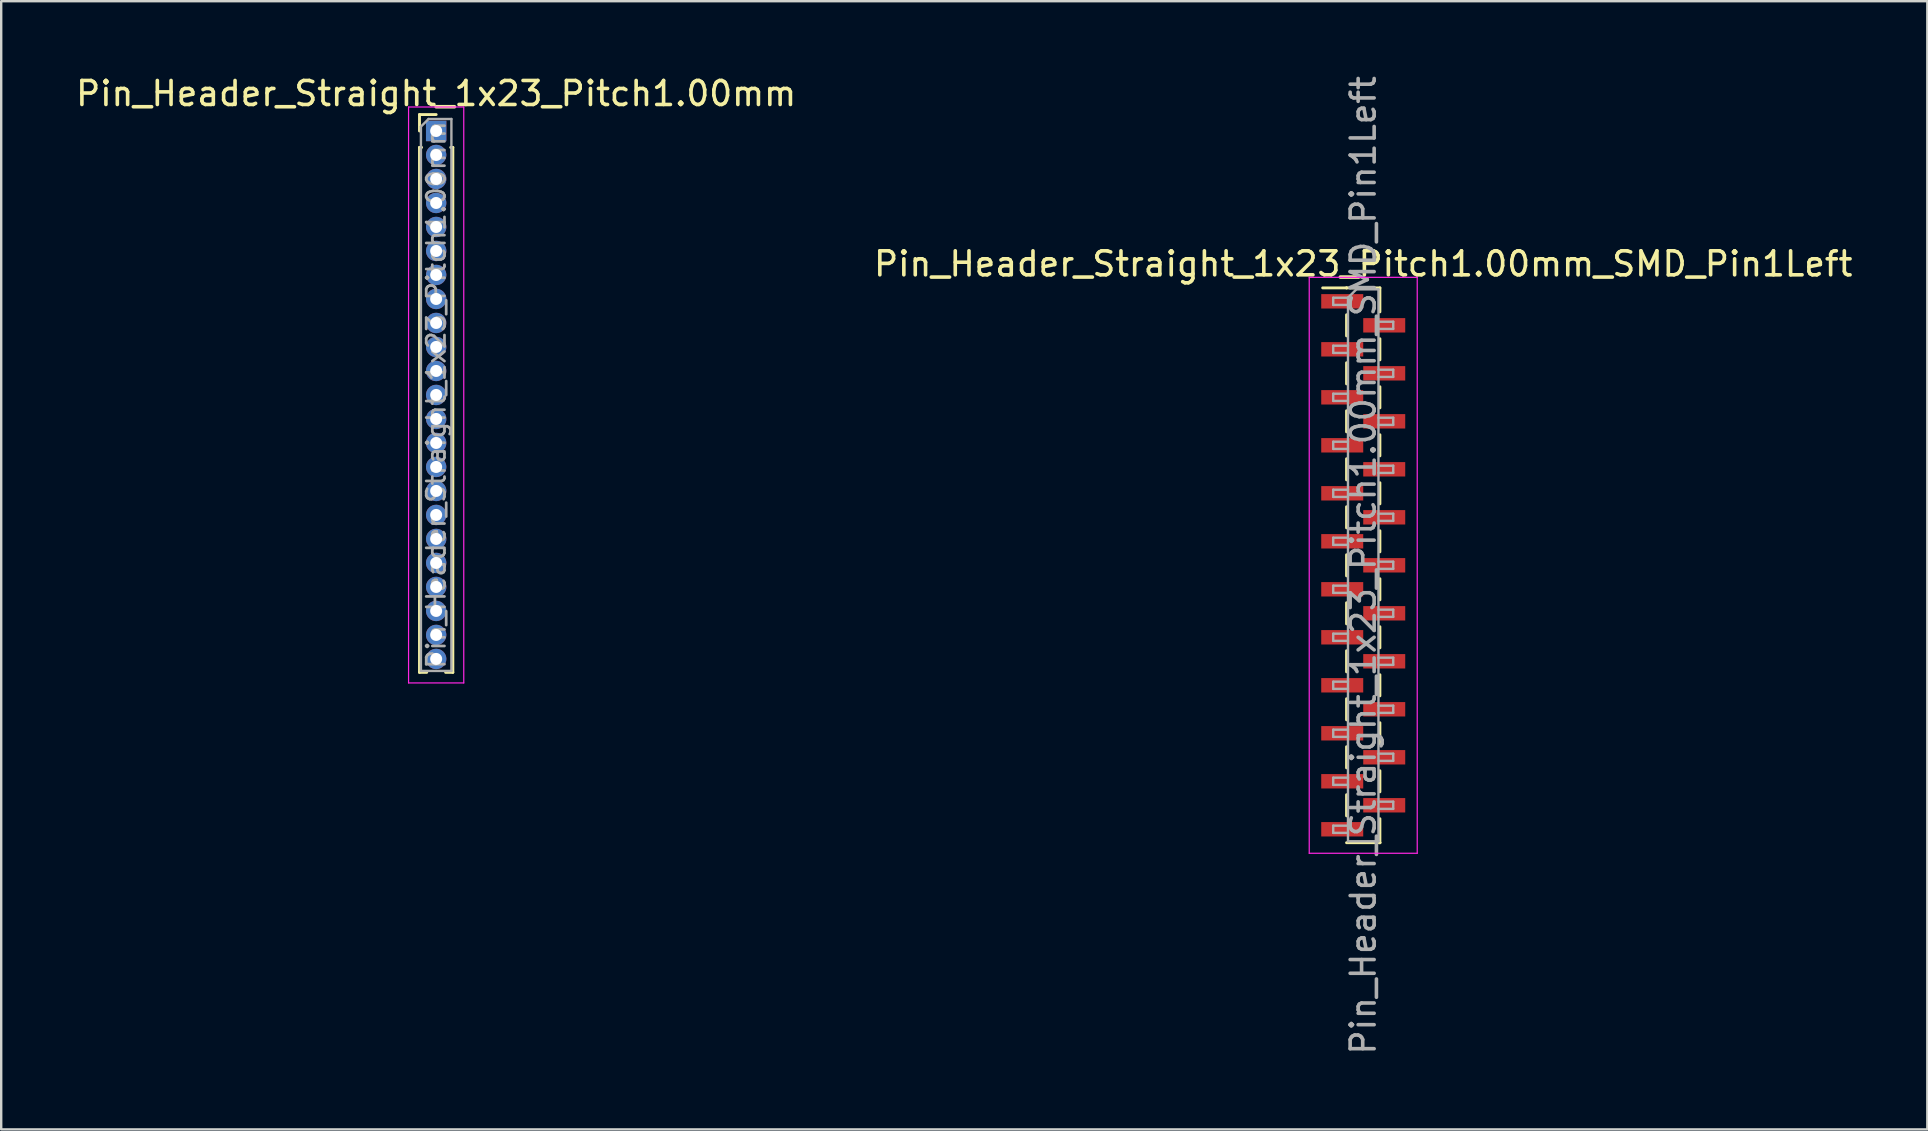
<source format=kicad_pcb>
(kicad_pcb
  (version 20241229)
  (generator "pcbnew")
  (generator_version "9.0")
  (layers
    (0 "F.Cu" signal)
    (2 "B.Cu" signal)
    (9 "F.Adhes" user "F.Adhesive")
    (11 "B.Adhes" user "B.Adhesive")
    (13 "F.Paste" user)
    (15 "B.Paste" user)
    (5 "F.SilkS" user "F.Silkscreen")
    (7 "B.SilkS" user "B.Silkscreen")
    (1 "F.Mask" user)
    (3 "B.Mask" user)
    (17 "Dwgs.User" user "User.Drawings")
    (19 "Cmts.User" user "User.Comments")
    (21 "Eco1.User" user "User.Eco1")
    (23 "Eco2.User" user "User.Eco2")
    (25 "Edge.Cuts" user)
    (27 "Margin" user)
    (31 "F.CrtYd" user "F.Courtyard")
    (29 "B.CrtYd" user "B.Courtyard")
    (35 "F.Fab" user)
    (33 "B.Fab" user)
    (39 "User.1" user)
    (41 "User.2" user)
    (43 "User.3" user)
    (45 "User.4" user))
  (footprint "Pin_Header_Straight_1x23_Pitch1.00mm_SMD_Pin1Left"
    (layer "F.Cu")
    (at 53.756 20.506)
    (property "Reference" "Pin_Header_Straight_1x23_Pitch1.00mm_SMD_Pin1Left" (at 0 -12.56 0) (layer "F.SilkS") (effects (font (size 1 1) (thickness 0.15))))
    (attr smd)
    (fp_line (start -0.695 -11.56) (end -1.69 -11.56) (stroke (width 0.12) (type solid)) (layer "F.SilkS"))
    (fp_line (start -0.695 -11.56) (end -0.695 -11.56) (stroke (width 0.12) (type solid)) (layer "F.SilkS"))
    (fp_line (start -0.695 -11.56) (end 0.695 -11.56) (stroke (width 0.12) (type solid)) (layer "F.SilkS"))
    (fp_line (start -0.695 -10.44) (end -0.695 -9.56) (stroke (width 0.12) (type solid)) (layer "F.SilkS"))
    (fp_line (start -0.695 -8.44) (end -0.695 -7.56) (stroke (width 0.12) (type solid)) (layer "F.SilkS"))
    (fp_line (start -0.695 -6.44) (end -0.695 -5.56) (stroke (width 0.12) (type solid)) (layer "F.SilkS"))
    (fp_line (start -0.695 -4.44) (end -0.695 -3.56) (stroke (width 0.12) (type solid)) (layer "F.SilkS"))
    (fp_line (start -0.695 -2.44) (end -0.695 -1.56) (stroke (width 0.12) (type solid)) (layer "F.SilkS"))
    (fp_line (start -0.695 -0.44) (end -0.695 0.44) (stroke (width 0.12) (type solid)) (layer "F.SilkS"))
    (fp_line (start -0.695 1.56) (end -0.695 2.44) (stroke (width 0.12) (type solid)) (layer "F.SilkS"))
    (fp_line (start -0.695 3.56) (end -0.695 4.44) (stroke (width 0.12) (type solid)) (layer "F.SilkS"))
    (fp_line (start -0.695 5.56) (end -0.695 6.44) (stroke (width 0.12) (type solid)) (layer "F.SilkS"))
    (fp_line (start -0.695 7.56) (end -0.695 8.44) (stroke (width 0.12) (type solid)) (layer "F.SilkS"))
    (fp_line (start -0.695 9.56) (end -0.695 10.44) (stroke (width 0.12) (type solid)) (layer "F.SilkS"))
    (fp_line (start -0.695 11.56) (end 0.695 11.56) (stroke (width 0.12) (type solid)) (layer "F.SilkS"))
    (fp_line (start 0.695 -11.56) (end 0.695 -10.56) (stroke (width 0.12) (type solid)) (layer "F.SilkS"))
    (fp_line (start 0.695 -9.44) (end 0.695 -8.56) (stroke (width 0.12) (type solid)) (layer "F.SilkS"))
    (fp_line (start 0.695 -7.44) (end 0.695 -6.56) (stroke (width 0.12) (type solid)) (layer "F.SilkS"))
    (fp_line (start 0.695 -5.44) (end 0.695 -4.56) (stroke (width 0.12) (type solid)) (layer "F.SilkS"))
    (fp_line (start 0.695 -3.44) (end 0.695 -2.56) (stroke (width 0.12) (type solid)) (layer "F.SilkS"))
    (fp_line (start 0.695 -1.44) (end 0.695 -0.56) (stroke (width 0.12) (type solid)) (layer "F.SilkS"))
    (fp_line (start 0.695 0.56) (end 0.695 1.44) (stroke (width 0.12) (type solid)) (layer "F.SilkS"))
    (fp_line (start 0.695 2.56) (end 0.695 3.44) (stroke (width 0.12) (type solid)) (layer "F.SilkS"))
    (fp_line (start 0.695 4.56) (end 0.695 5.44) (stroke (width 0.12) (type solid)) (layer "F.SilkS"))
    (fp_line (start 0.695 6.56) (end 0.695 7.44) (stroke (width 0.12) (type solid)) (layer "F.SilkS"))
    (fp_line (start 0.695 8.56) (end 0.695 9.44) (stroke (width 0.12) (type solid)) (layer "F.SilkS"))
    (fp_line (start 0.695 10.56) (end 0.695 11.56) (stroke (width 0.12) (type solid)) (layer "F.SilkS"))
    (fp_line (start 0.695 11.56) (end 0.695 11.56) (stroke (width 0.12) (type solid)) (layer "F.SilkS"))
    (fp_line (start -2.25 -12) (end -2.25 12) (stroke (width 0.05) (type solid)) (layer "F.CrtYd"))
    (fp_line (start -2.25 12) (end 2.25 12) (stroke (width 0.05) (type solid)) (layer "F.CrtYd"))
    (fp_line (start 2.25 -12) (end -2.25 -12) (stroke (width 0.05) (type solid)) (layer "F.CrtYd"))
    (fp_line (start 2.25 12) (end 2.25 -12) (stroke (width 0.05) (type solid)) (layer "F.CrtYd"))
    (fp_line (start -1.25 -11.15) (end -1.25 -10.85) (stroke (width 0.1) (type solid)) (layer "F.Fab"))
    (fp_line (start -1.25 -10.85) (end -0.635 -10.85) (stroke (width 0.1) (type solid)) (layer "F.Fab"))
    (fp_line (start -1.25 -9.15) (end -1.25 -8.85) (stroke (width 0.1) (type solid)) (layer "F.Fab"))
    (fp_line (start -1.25 -8.85) (end -0.635 -8.85) (stroke (width 0.1) (type solid)) (layer "F.Fab"))
    (fp_line (start -1.25 -7.15) (end -1.25 -6.85) (stroke (width 0.1) (type solid)) (layer "F.Fab"))
    (fp_line (start -1.25 -6.85) (end -0.635 -6.85) (stroke (width 0.1) (type solid)) (layer "F.Fab"))
    (fp_line (start -1.25 -5.15) (end -1.25 -4.85) (stroke (width 0.1) (type solid)) (layer "F.Fab"))
    (fp_line (start -1.25 -4.85) (end -0.635 -4.85) (stroke (width 0.1) (type solid)) (layer "F.Fab"))
    (fp_line (start -1.25 -3.15) (end -1.25 -2.85) (stroke (width 0.1) (type solid)) (layer "F.Fab"))
    (fp_line (start -1.25 -2.85) (end -0.635 -2.85) (stroke (width 0.1) (type solid)) (layer "F.Fab"))
    (fp_line (start -1.25 -1.15) (end -1.25 -0.85) (stroke (width 0.1) (type solid)) (layer "F.Fab"))
    (fp_line (start -1.25 -0.85) (end -0.635 -0.85) (stroke (width 0.1) (type solid)) (layer "F.Fab"))
    (fp_line (start -1.25 0.85) (end -1.25 1.15) (stroke (width 0.1) (type solid)) (layer "F.Fab"))
    (fp_line (start -1.25 1.15) (end -0.635 1.15) (stroke (width 0.1) (type solid)) (layer "F.Fab"))
    (fp_line (start -1.25 2.85) (end -1.25 3.15) (stroke (width 0.1) (type solid)) (layer "F.Fab"))
    (fp_line (start -1.25 3.15) (end -0.635 3.15) (stroke (width 0.1) (type solid)) (layer "F.Fab"))
    (fp_line (start -1.25 4.85) (end -1.25 5.15) (stroke (width 0.1) (type solid)) (layer "F.Fab"))
    (fp_line (start -1.25 5.15) (end -0.635 5.15) (stroke (width 0.1) (type solid)) (layer "F.Fab"))
    (fp_line (start -1.25 6.85) (end -1.25 7.15) (stroke (width 0.1) (type solid)) (layer "F.Fab"))
    (fp_line (start -1.25 7.15) (end -0.635 7.15) (stroke (width 0.1) (type solid)) (layer "F.Fab"))
    (fp_line (start -1.25 8.85) (end -1.25 9.15) (stroke (width 0.1) (type solid)) (layer "F.Fab"))
    (fp_line (start -1.25 9.15) (end -0.635 9.15) (stroke (width 0.1) (type solid)) (layer "F.Fab"))
    (fp_line (start -1.25 10.85) (end -1.25 11.15) (stroke (width 0.1) (type solid)) (layer "F.Fab"))
    (fp_line (start -1.25 11.15) (end -0.635 11.15) (stroke (width 0.1) (type solid)) (layer "F.Fab"))
    (fp_line (start -0.635 -11.15) (end -1.25 -11.15) (stroke (width 0.1) (type solid)) (layer "F.Fab"))
    (fp_line (start -0.635 -11.15) (end -0.285 -11.5) (stroke (width 0.1) (type solid)) (layer "F.Fab"))
    (fp_line (start -0.635 -9.15) (end -1.25 -9.15) (stroke (width 0.1) (type solid)) (layer "F.Fab"))
    (fp_line (start -0.635 -7.15) (end -1.25 -7.15) (stroke (width 0.1) (type solid)) (layer "F.Fab"))
    (fp_line (start -0.635 -5.15) (end -1.25 -5.15) (stroke (width 0.1) (type solid)) (layer "F.Fab"))
    (fp_line (start -0.635 -3.15) (end -1.25 -3.15) (stroke (width 0.1) (type solid)) (layer "F.Fab"))
    (fp_line (start -0.635 -1.15) (end -1.25 -1.15) (stroke (width 0.1) (type solid)) (layer "F.Fab"))
    (fp_line (start -0.635 0.85) (end -1.25 0.85) (stroke (width 0.1) (type solid)) (layer "F.Fab"))
    (fp_line (start -0.635 2.85) (end -1.25 2.85) (stroke (width 0.1) (type solid)) (layer "F.Fab"))
    (fp_line (start -0.635 4.85) (end -1.25 4.85) (stroke (width 0.1) (type solid)) (layer "F.Fab"))
    (fp_line (start -0.635 6.85) (end -1.25 6.85) (stroke (width 0.1) (type solid)) (layer "F.Fab"))
    (fp_line (start -0.635 8.85) (end -1.25 8.85) (stroke (width 0.1) (type solid)) (layer "F.Fab"))
    (fp_line (start -0.635 10.85) (end -1.25 10.85) (stroke (width 0.1) (type solid)) (layer "F.Fab"))
    (fp_line (start -0.635 11.5) (end -0.635 -11.15) (stroke (width 0.1) (type solid)) (layer "F.Fab"))
    (fp_line (start -0.285 -11.5) (end 0.635 -11.5) (stroke (width 0.1) (type solid)) (layer "F.Fab"))
    (fp_line (start 0.635 -11.5) (end 0.635 11.5) (stroke (width 0.1) (type solid)) (layer "F.Fab"))
    (fp_line (start 0.635 -10.15) (end 1.25 -10.15) (stroke (width 0.1) (type solid)) (layer "F.Fab"))
    (fp_line (start 0.635 -8.15) (end 1.25 -8.15) (stroke (width 0.1) (type solid)) (layer "F.Fab"))
    (fp_line (start 0.635 -6.15) (end 1.25 -6.15) (stroke (width 0.1) (type solid)) (layer "F.Fab"))
    (fp_line (start 0.635 -4.15) (end 1.25 -4.15) (stroke (width 0.1) (type solid)) (layer "F.Fab"))
    (fp_line (start 0.635 -2.15) (end 1.25 -2.15) (stroke (width 0.1) (type solid)) (layer "F.Fab"))
    (fp_line (start 0.635 -0.15) (end 1.25 -0.15) (stroke (width 0.1) (type solid)) (layer "F.Fab"))
    (fp_line (start 0.635 1.85) (end 1.25 1.85) (stroke (width 0.1) (type solid)) (layer "F.Fab"))
    (fp_line (start 0.635 3.85) (end 1.25 3.85) (stroke (width 0.1) (type solid)) (layer "F.Fab"))
    (fp_line (start 0.635 5.85) (end 1.25 5.85) (stroke (width 0.1) (type solid)) (layer "F.Fab"))
    (fp_line (start 0.635 7.85) (end 1.25 7.85) (stroke (width 0.1) (type solid)) (layer "F.Fab"))
    (fp_line (start 0.635 9.85) (end 1.25 9.85) (stroke (width 0.1) (type solid)) (layer "F.Fab"))
    (fp_line (start 0.635 11.5) (end -0.635 11.5) (stroke (width 0.1) (type solid)) (layer "F.Fab"))
    (fp_line (start 1.25 -10.15) (end 1.25 -9.85) (stroke (width 0.1) (type solid)) (layer "F.Fab"))
    (fp_line (start 1.25 -9.85) (end 0.635 -9.85) (stroke (width 0.1) (type solid)) (layer "F.Fab"))
    (fp_line (start 1.25 -8.15) (end 1.25 -7.85) (stroke (width 0.1) (type solid)) (layer "F.Fab"))
    (fp_line (start 1.25 -7.85) (end 0.635 -7.85) (stroke (width 0.1) (type solid)) (layer "F.Fab"))
    (fp_line (start 1.25 -6.15) (end 1.25 -5.85) (stroke (width 0.1) (type solid)) (layer "F.Fab"))
    (fp_line (start 1.25 -5.85) (end 0.635 -5.85) (stroke (width 0.1) (type solid)) (layer "F.Fab"))
    (fp_line (start 1.25 -4.15) (end 1.25 -3.85) (stroke (width 0.1) (type solid)) (layer "F.Fab"))
    (fp_line (start 1.25 -3.85) (end 0.635 -3.85) (stroke (width 0.1) (type solid)) (layer "F.Fab"))
    (fp_line (start 1.25 -2.15) (end 1.25 -1.85) (stroke (width 0.1) (type solid)) (layer "F.Fab"))
    (fp_line (start 1.25 -1.85) (end 0.635 -1.85) (stroke (width 0.1) (type solid)) (layer "F.Fab"))
    (fp_line (start 1.25 -0.15) (end 1.25 0.15) (stroke (width 0.1) (type solid)) (layer "F.Fab"))
    (fp_line (start 1.25 0.15) (end 0.635 0.15) (stroke (width 0.1) (type solid)) (layer "F.Fab"))
    (fp_line (start 1.25 1.85) (end 1.25 2.15) (stroke (width 0.1) (type solid)) (layer "F.Fab"))
    (fp_line (start 1.25 2.15) (end 0.635 2.15) (stroke (width 0.1) (type solid)) (layer "F.Fab"))
    (fp_line (start 1.25 3.85) (end 1.25 4.15) (stroke (width 0.1) (type solid)) (layer "F.Fab"))
    (fp_line (start 1.25 4.15) (end 0.635 4.15) (stroke (width 0.1) (type solid)) (layer "F.Fab"))
    (fp_line (start 1.25 5.85) (end 1.25 6.15) (stroke (width 0.1) (type solid)) (layer "F.Fab"))
    (fp_line (start 1.25 6.15) (end 0.635 6.15) (stroke (width 0.1) (type solid)) (layer "F.Fab"))
    (fp_line (start 1.25 7.85) (end 1.25 8.15) (stroke (width 0.1) (type solid)) (layer "F.Fab"))
    (fp_line (start 1.25 8.15) (end 0.635 8.15) (stroke (width 0.1) (type solid)) (layer "F.Fab"))
    (fp_line (start 1.25 9.85) (end 1.25 10.15) (stroke (width 0.1) (type solid)) (layer "F.Fab"))
    (fp_line (start 1.25 10.15) (end 0.635 10.15) (stroke (width 0.1) (type solid)) (layer "F.Fab"))
    (fp_text user "${REFERENCE}" (at 0 0 90) (layer "F.Fab") (effects (font (size 1 1) (thickness 0.15))))
    (pad "1" smd rect (at -0.875 -11) (size 1.75 0.6) (layers "F.Cu" "F.Mask" "F.Paste"))
    (pad "2" smd rect (at 0.875 -10) (size 1.75 0.6) (layers "F.Cu" "F.Mask" "F.Paste"))
    (pad "3" smd rect (at -0.875 -9) (size 1.75 0.6) (layers "F.Cu" "F.Mask" "F.Paste"))
    (pad "4" smd rect (at 0.875 -8) (size 1.75 0.6) (layers "F.Cu" "F.Mask" "F.Paste"))
    (pad "5" smd rect (at -0.875 -7) (size 1.75 0.6) (layers "F.Cu" "F.Mask" "F.Paste"))
    (pad "6" smd rect (at 0.875 -6) (size 1.75 0.6) (layers "F.Cu" "F.Mask" "F.Paste"))
    (pad "7" smd rect (at -0.875 -5) (size 1.75 0.6) (layers "F.Cu" "F.Mask" "F.Paste"))
    (pad "8" smd rect (at 0.875 -4) (size 1.75 0.6) (layers "F.Cu" "F.Mask" "F.Paste"))
    (pad "9" smd rect (at -0.875 -3) (size 1.75 0.6) (layers "F.Cu" "F.Mask" "F.Paste"))
    (pad "10" smd rect (at 0.875 -2) (size 1.75 0.6) (layers "F.Cu" "F.Mask" "F.Paste"))
    (pad "11" smd rect (at -0.875 -1) (size 1.75 0.6) (layers "F.Cu" "F.Mask" "F.Paste"))
    (pad "12" smd rect (at 0.875 0) (size 1.75 0.6) (layers "F.Cu" "F.Mask" "F.Paste"))
    (pad "13" smd rect (at -0.875 1) (size 1.75 0.6) (layers "F.Cu" "F.Mask" "F.Paste"))
    (pad "14" smd rect (at 0.875 2) (size 1.75 0.6) (layers "F.Cu" "F.Mask" "F.Paste"))
    (pad "15" smd rect (at -0.875 3) (size 1.75 0.6) (layers "F.Cu" "F.Mask" "F.Paste"))
    (pad "16" smd rect (at 0.875 4) (size 1.75 0.6) (layers "F.Cu" "F.Mask" "F.Paste"))
    (pad "17" smd rect (at -0.875 5) (size 1.75 0.6) (layers "F.Cu" "F.Mask" "F.Paste"))
    (pad "18" smd rect (at 0.875 6) (size 1.75 0.6) (layers "F.Cu" "F.Mask" "F.Paste"))
    (pad "19" smd rect (at -0.875 7) (size 1.75 0.6) (layers "F.Cu" "F.Mask" "F.Paste"))
    (pad "20" smd rect (at 0.875 8) (size 1.75 0.6) (layers "F.Cu" "F.Mask" "F.Paste"))
    (pad "21" smd rect (at -0.875 9) (size 1.75 0.6) (layers "F.Cu" "F.Mask" "F.Paste"))
    (pad "22" smd rect (at 0.875 10) (size 1.75 0.6) (layers "F.Cu" "F.Mask" "F.Paste"))
    (pad "23" smd rect (at -0.875 11) (size 1.75 0.6) (layers "F.Cu" "F.Mask" "F.Paste")))
  (footprint "Pin_Header_Straight_1x23_Pitch1.00mm"
    (layer "F.Cu")
    (at 15.125 2.408)
    (property "Reference" "Pin_Header_Straight_1x23_Pitch1.00mm" (at 0 -1.56 0) (layer "F.SilkS") (effects (font (size 1 1) (thickness 0.15))))
    (attr through_hole)
    (fp_line (start -0.695 -0.685) (end 0 -0.685) (stroke (width 0.12) (type solid)) (layer "F.SilkS"))
    (fp_line (start -0.695 0) (end -0.695 -0.685) (stroke (width 0.12) (type solid)) (layer "F.SilkS"))
    (fp_line (start -0.695 0.685) (end -0.695 22.56) (stroke (width 0.12) (type solid)) (layer "F.SilkS"))
    (fp_line (start -0.695 0.685) (end -0.608 0.685) (stroke (width 0.12) (type solid)) (layer "F.SilkS"))
    (fp_line (start -0.695 22.56) (end -0.394 22.56) (stroke (width 0.12) (type solid)) (layer "F.SilkS"))
    (fp_line (start 0.394 22.56) (end 0.695 22.56) (stroke (width 0.12) (type solid)) (layer "F.SilkS"))
    (fp_line (start 0.608 0.685) (end 0.695 0.685) (stroke (width 0.12) (type solid)) (layer "F.SilkS"))
    (fp_line (start 0.695 0.685) (end 0.695 22.56) (stroke (width 0.12) (type solid)) (layer "F.SilkS"))
    (fp_line (start -1.15 -1) (end -1.15 23) (stroke (width 0.05) (type solid)) (layer "F.CrtYd"))
    (fp_line (start -1.15 23) (end 1.15 23) (stroke (width 0.05) (type solid)) (layer "F.CrtYd"))
    (fp_line (start 1.15 -1) (end -1.15 -1) (stroke (width 0.05) (type solid)) (layer "F.CrtYd"))
    (fp_line (start 1.15 23) (end 1.15 -1) (stroke (width 0.05) (type solid)) (layer "F.CrtYd"))
    (fp_line (start -0.635 -0.182) (end -0.318 -0.5) (stroke (width 0.1) (type solid)) (layer "F.Fab"))
    (fp_line (start -0.635 22.5) (end -0.635 -0.182) (stroke (width 0.1) (type solid)) (layer "F.Fab"))
    (fp_line (start -0.318 -0.5) (end 0.635 -0.5) (stroke (width 0.1) (type solid)) (layer "F.Fab"))
    (fp_line (start 0.635 -0.5) (end 0.635 22.5) (stroke (width 0.1) (type solid)) (layer "F.Fab"))
    (fp_line (start 0.635 22.5) (end -0.635 22.5) (stroke (width 0.1) (type solid)) (layer "F.Fab"))
    (fp_text user "${REFERENCE}" (at 0 11 90) (layer "F.Fab") (effects (font (size 0.76 0.76) (thickness 0.114))))
    (pad "1" thru_hole rect (at 0 0) (size 0.85 0.85) (drill 0.5) (layers "*.Cu" "*.Mask"))
    (pad "2" thru_hole oval (at 0 1) (size 0.85 0.85) (drill 0.5) (layers "*.Cu" "*.Mask"))
    (pad "3" thru_hole oval (at 0 2) (size 0.85 0.85) (drill 0.5) (layers "*.Cu" "*.Mask"))
    (pad "4" thru_hole oval (at 0 3) (size 0.85 0.85) (drill 0.5) (layers "*.Cu" "*.Mask"))
    (pad "5" thru_hole oval (at 0 4) (size 0.85 0.85) (drill 0.5) (layers "*.Cu" "*.Mask"))
    (pad "6" thru_hole oval (at 0 5) (size 0.85 0.85) (drill 0.5) (layers "*.Cu" "*.Mask"))
    (pad "7" thru_hole oval (at 0 6) (size 0.85 0.85) (drill 0.5) (layers "*.Cu" "*.Mask"))
    (pad "8" thru_hole oval (at 0 7) (size 0.85 0.85) (drill 0.5) (layers "*.Cu" "*.Mask"))
    (pad "9" thru_hole oval (at 0 8) (size 0.85 0.85) (drill 0.5) (layers "*.Cu" "*.Mask"))
    (pad "10" thru_hole oval (at 0 9) (size 0.85 0.85) (drill 0.5) (layers "*.Cu" "*.Mask"))
    (pad "11" thru_hole oval (at 0 10) (size 0.85 0.85) (drill 0.5) (layers "*.Cu" "*.Mask"))
    (pad "12" thru_hole oval (at 0 11) (size 0.85 0.85) (drill 0.5) (layers "*.Cu" "*.Mask"))
    (pad "13" thru_hole oval (at 0 12) (size 0.85 0.85) (drill 0.5) (layers "*.Cu" "*.Mask"))
    (pad "14" thru_hole oval (at 0 13) (size 0.85 0.85) (drill 0.5) (layers "*.Cu" "*.Mask"))
    (pad "15" thru_hole oval (at 0 14) (size 0.85 0.85) (drill 0.5) (layers "*.Cu" "*.Mask"))
    (pad "16" thru_hole oval (at 0 15) (size 0.85 0.85) (drill 0.5) (layers "*.Cu" "*.Mask"))
    (pad "17" thru_hole oval (at 0 16) (size 0.85 0.85) (drill 0.5) (layers "*.Cu" "*.Mask"))
    (pad "18" thru_hole oval (at 0 17) (size 0.85 0.85) (drill 0.5) (layers "*.Cu" "*.Mask"))
    (pad "19" thru_hole oval (at 0 18) (size 0.85 0.85) (drill 0.5) (layers "*.Cu" "*.Mask"))
    (pad "20" thru_hole oval (at 0 19) (size 0.85 0.85) (drill 0.5) (layers "*.Cu" "*.Mask"))
    (pad "21" thru_hole oval (at 0 20) (size 0.85 0.85) (drill 0.5) (layers "*.Cu" "*.Mask"))
    (pad "22" thru_hole oval (at 0 21) (size 0.85 0.85) (drill 0.5) (layers "*.Cu" "*.Mask"))
    (pad "23" thru_hole oval (at 0 22) (size 0.85 0.85) (drill 0.5) (layers "*.Cu" "*.Mask")))
  (gr_rect
    (start -3 -3)
    (end 77.262 44.012)
    (stroke (width 0.1) (type default))
    (fill no)
    (layer "Edge.Cuts")))
</source>
